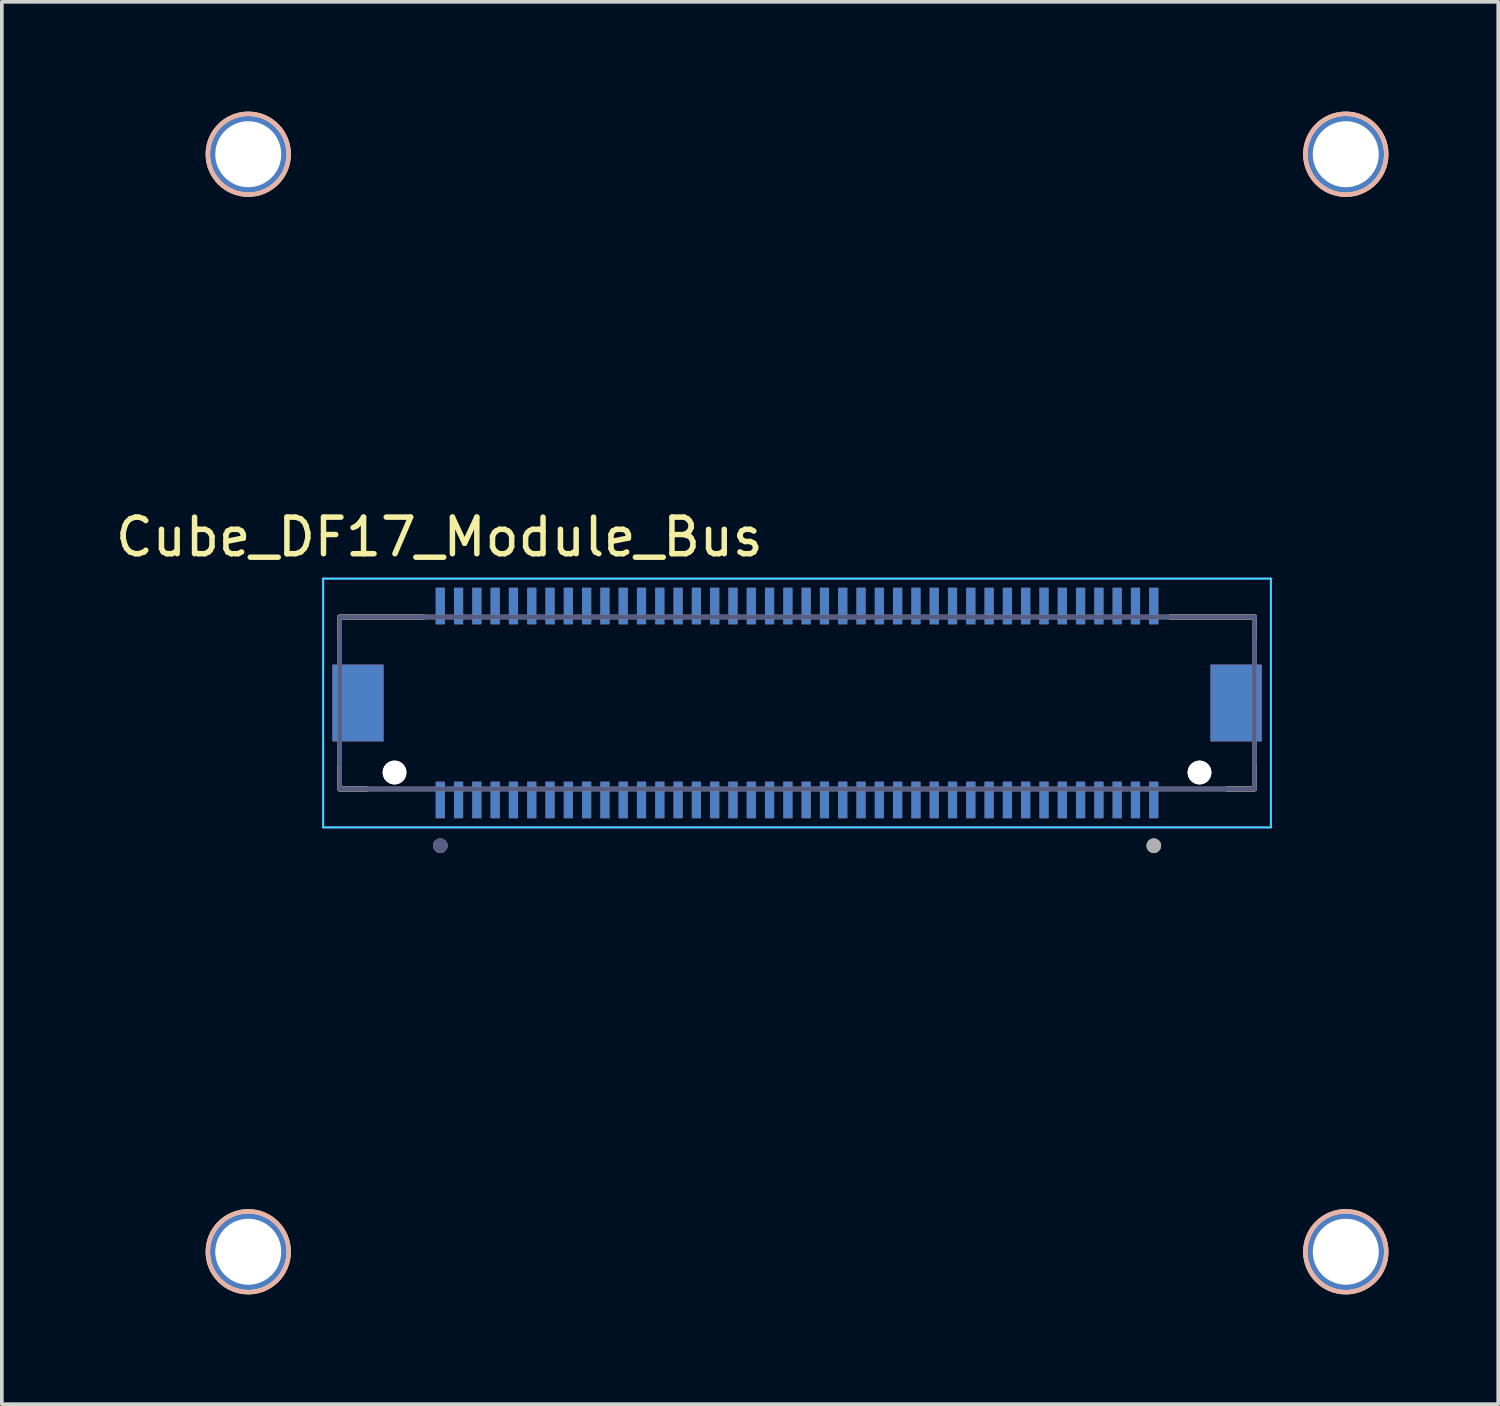
<source format=kicad_pcb>
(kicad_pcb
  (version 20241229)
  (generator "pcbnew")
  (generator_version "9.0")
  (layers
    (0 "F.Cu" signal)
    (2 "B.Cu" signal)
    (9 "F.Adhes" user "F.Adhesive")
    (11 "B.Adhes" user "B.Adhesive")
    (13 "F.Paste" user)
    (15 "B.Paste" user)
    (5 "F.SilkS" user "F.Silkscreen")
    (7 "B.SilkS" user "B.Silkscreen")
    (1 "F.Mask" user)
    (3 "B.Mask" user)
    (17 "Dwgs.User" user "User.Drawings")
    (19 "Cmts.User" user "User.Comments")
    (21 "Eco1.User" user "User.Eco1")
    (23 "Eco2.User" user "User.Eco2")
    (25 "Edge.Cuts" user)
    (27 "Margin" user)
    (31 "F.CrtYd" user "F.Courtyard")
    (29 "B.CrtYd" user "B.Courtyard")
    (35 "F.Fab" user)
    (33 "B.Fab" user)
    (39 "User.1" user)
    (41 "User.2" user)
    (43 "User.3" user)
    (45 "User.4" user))
  (footprint "Cube_DF17_Module_Bus"
    (layer "F.Cu")
    (at 18.733 16.163)
    (property "Reference" "Cube_DF17_Module_Bus" (at -9.775 -4.535 0) (layer "F.SilkS") (effects (font (size 1 1) (thickness 0.15))))
    (attr through_hole)
    (fp_line (start -12.5 -2.35) (end -12.5 -1.75) (stroke (width 0.127) (type solid)) (layer "F.SilkS"))
    (fp_line (start -12.5 2.35) (end -12.5 1.75) (stroke (width 0.127) (type solid)) (layer "F.SilkS"))
    (fp_line (start -12.5 2.35) (end -11.75 2.35) (stroke (width 0.127) (type solid)) (layer "F.SilkS"))
    (fp_line (start -10.195 -2.35) (end -12.5 -2.35) (stroke (width 0.127) (type solid)) (layer "F.SilkS"))
    (fp_line (start 11.75 2.35) (end 12.5 2.35) (stroke (width 0.127) (type solid)) (layer "F.SilkS"))
    (fp_line (start 12.5 -2.35) (end 10.195 -2.35) (stroke (width 0.127) (type solid)) (layer "F.SilkS"))
    (fp_line (start 12.5 -2.35) (end 12.5 -1.75) (stroke (width 0.127) (type solid)) (layer "F.SilkS"))
    (fp_line (start 12.5 2.35) (end 12.5 1.75) (stroke (width 0.127) (type solid)) (layer "F.SilkS"))
    (fp_circle (center -14.998 -14.998) (end -13.893 -14.998) (stroke (width 0.12) (type solid)) (fill no) (layer "F.SilkS"))
    (fp_circle (center -14.998 14.998) (end -13.893 14.998) (stroke (width 0.12) (type solid)) (fill no) (layer "F.SilkS"))
    (fp_circle (center 9.75 3.9) (end 9.85 3.9) (stroke (width 0.2) (type solid)) (fill no) (layer "F.SilkS"))
    (fp_circle (center 14.998 -14.998) (end 16.104 -14.998) (stroke (width 0.12) (type solid)) (fill no) (layer "F.SilkS"))
    (fp_circle (center 14.998 14.998) (end 16.104 14.998) (stroke (width 0.12) (type solid)) (fill no) (layer "F.SilkS"))
    (fp_line (start -12.5 -2.35) (end -12.5 -1.75) (stroke (width 0.127) (type solid)) (layer "B.SilkS"))
    (fp_line (start -12.5 -2.35) (end -10.195 -2.35) (stroke (width 0.127) (type solid)) (layer "B.SilkS"))
    (fp_line (start -12.5 2.35) (end -12.5 1.75) (stroke (width 0.127) (type solid)) (layer "B.SilkS"))
    (fp_line (start -11.75 2.35) (end -12.5 2.35) (stroke (width 0.127) (type solid)) (layer "B.SilkS"))
    (fp_line (start 10.195 -2.35) (end 12.5 -2.35) (stroke (width 0.127) (type solid)) (layer "B.SilkS"))
    (fp_line (start 12.5 -2.35) (end 12.5 -1.75) (stroke (width 0.127) (type solid)) (layer "B.SilkS"))
    (fp_line (start 12.5 2.35) (end 11.75 2.35) (stroke (width 0.127) (type solid)) (layer "B.SilkS"))
    (fp_line (start 12.5 2.35) (end 12.5 1.75) (stroke (width 0.127) (type solid)) (layer "B.SilkS"))
    (fp_circle (center -14.998 -14.998) (end -13.893 -14.998) (stroke (width 0.12) (type solid)) (fill no) (layer "B.SilkS"))
    (fp_circle (center -14.998 14.998) (end -13.893 14.998) (stroke (width 0.12) (type solid)) (fill no) (layer "B.SilkS"))
    (fp_circle (center -9.75 3.9) (end -9.85 3.9) (stroke (width 0.2) (type solid)) (fill no) (layer "B.SilkS"))
    (fp_circle (center 14.998 -14.998) (end 16.104 -14.998) (stroke (width 0.12) (type solid)) (fill no) (layer "B.SilkS"))
    (fp_circle (center 14.998 14.998) (end 16.104 14.998) (stroke (width 0.12) (type solid)) (fill no) (layer "B.SilkS"))
    (fp_line (start -12.95 -3.4) (end 12.95 -3.4) (stroke (width 0.05) (type solid)) (layer "B.CrtYd"))
    (fp_line (start -12.95 3.4) (end -12.95 -3.4) (stroke (width 0.05) (type solid)) (layer "B.CrtYd"))
    (fp_line (start 12.95 -3.4) (end 12.95 3.4) (stroke (width 0.05) (type solid)) (layer "B.CrtYd"))
    (fp_line (start 12.95 3.4) (end -12.95 3.4) (stroke (width 0.05) (type solid)) (layer "B.CrtYd"))
    (fp_line (start -12.95 -3.4) (end -12.95 3.4) (stroke (width 0.05) (type solid)) (layer "F.CrtYd"))
    (fp_line (start -12.95 3.4) (end 12.95 3.4) (stroke (width 0.05) (type solid)) (layer "F.CrtYd"))
    (fp_line (start 12.95 -3.4) (end -12.95 -3.4) (stroke (width 0.05) (type solid)) (layer "F.CrtYd"))
    (fp_line (start 12.95 3.4) (end 12.95 -3.4) (stroke (width 0.05) (type solid)) (layer "F.CrtYd"))
    (fp_line (start -12.5 -2.35) (end 12.5 -2.35) (stroke (width 0.127) (type solid)) (layer "B.Fab"))
    (fp_line (start -12.5 2.35) (end -12.5 -2.35) (stroke (width 0.127) (type solid)) (layer "B.Fab"))
    (fp_line (start 12.5 -2.35) (end 12.5 2.35) (stroke (width 0.127) (type solid)) (layer "B.Fab"))
    (fp_line (start 12.5 2.35) (end -12.5 2.35) (stroke (width 0.127) (type solid)) (layer "B.Fab"))
    (fp_circle (center -9.75 3.9) (end -9.85 3.9) (stroke (width 0.2) (type solid)) (fill no) (layer "B.Fab"))
    (fp_line (start -12.5 -2.35) (end -12.5 2.35) (stroke (width 0.127) (type solid)) (layer "F.Fab"))
    (fp_line (start -12.5 2.35) (end 12.5 2.35) (stroke (width 0.127) (type solid)) (layer "F.Fab"))
    (fp_line (start 12.5 -2.35) (end -12.5 -2.35) (stroke (width 0.127) (type solid)) (layer "F.Fab"))
    (fp_line (start 12.5 2.35) (end 12.5 -2.35) (stroke (width 0.127) (type solid)) (layer "F.Fab"))
    (fp_circle (center 9.75 3.9) (end 9.85 3.9) (stroke (width 0.2) (type solid)) (fill no) (layer "F.Fab"))
    (pad "" np_thru_hole circle (at -11 1.9) (size 0.65 0.65) (drill 0.65) (layers "*.Cu" "*.Mask"))
    (pad "" np_thru_hole circle (at -11 1.9) (size 0.65 0.65) (drill 0.65) (layers "*.Cu" "*.Mask"))
    (pad "" np_thru_hole circle (at 11 1.9) (size 0.65 0.65) (drill 0.65) (layers "*.Cu" "*.Mask"))
    (pad "" np_thru_hole circle (at 11 1.9) (size 0.65 0.65) (drill 0.65) (layers "*.Cu" "*.Mask"))
    (pad "1" smd rect (at -9.75 2.65) (size 0.25 1) (layers "B.Cu" "B.Mask" "B.Paste"))
    (pad "1" smd rect (at 9.75 2.65) (size 0.25 1) (layers "F.Cu" "F.Mask" "F.Paste"))
    (pad "2" smd rect (at -9.75 -2.65) (size 0.25 1) (layers "B.Cu" "B.Mask" "B.Paste"))
    (pad "2" smd rect (at 9.75 -2.65) (size 0.25 1) (layers "F.Cu" "F.Mask" "F.Paste"))
    (pad "3" smd rect (at -9.25 2.65) (size 0.25 1) (layers "B.Cu" "B.Mask" "B.Paste"))
    (pad "3" smd rect (at 9.25 2.65) (size 0.25 1) (layers "F.Cu" "F.Mask" "F.Paste"))
    (pad "4" smd rect (at -9.25 -2.65) (size 0.25 1) (layers "B.Cu" "B.Mask" "B.Paste"))
    (pad "4" smd rect (at 9.25 -2.65) (size 0.25 1) (layers "F.Cu" "F.Mask" "F.Paste"))
    (pad "5" smd rect (at -8.75 2.65) (size 0.25 1) (layers "B.Cu" "B.Mask" "B.Paste"))
    (pad "5" smd rect (at 8.75 2.65) (size 0.25 1) (layers "F.Cu" "F.Mask" "F.Paste"))
    (pad "6" smd rect (at -8.75 -2.65) (size 0.25 1) (layers "B.Cu" "B.Mask" "B.Paste"))
    (pad "6" smd rect (at 8.75 -2.65) (size 0.25 1) (layers "F.Cu" "F.Mask" "F.Paste"))
    (pad "7" smd rect (at -8.25 2.65) (size 0.25 1) (layers "B.Cu" "B.Mask" "B.Paste"))
    (pad "7" smd rect (at 8.25 2.65) (size 0.25 1) (layers "F.Cu" "F.Mask" "F.Paste"))
    (pad "8" smd rect (at -8.25 -2.65) (size 0.25 1) (layers "B.Cu" "B.Mask" "B.Paste"))
    (pad "8" smd rect (at 8.25 -2.65) (size 0.25 1) (layers "F.Cu" "F.Mask" "F.Paste"))
    (pad "9" smd rect (at -7.75 2.65) (size 0.25 1) (layers "B.Cu" "B.Mask" "B.Paste"))
    (pad "9" smd rect (at 7.75 2.65) (size 0.25 1) (layers "F.Cu" "F.Mask" "F.Paste"))
    (pad "10" smd rect (at -7.75 -2.65) (size 0.25 1) (layers "B.Cu" "B.Mask" "B.Paste"))
    (pad "10" smd rect (at 7.75 -2.65) (size 0.25 1) (layers "F.Cu" "F.Mask" "F.Paste"))
    (pad "11" smd rect (at -7.25 2.65) (size 0.25 1) (layers "B.Cu" "B.Mask" "B.Paste"))
    (pad "11" smd rect (at 7.25 2.65) (size 0.25 1) (layers "F.Cu" "F.Mask" "F.Paste"))
    (pad "12" smd rect (at -7.25 -2.65) (size 0.25 1) (layers "B.Cu" "B.Mask" "B.Paste"))
    (pad "12" smd rect (at 7.25 -2.65) (size 0.25 1) (layers "F.Cu" "F.Mask" "F.Paste"))
    (pad "13" smd rect (at -6.75 2.65) (size 0.25 1) (layers "B.Cu" "B.Mask" "B.Paste"))
    (pad "13" smd rect (at 6.75 2.65) (size 0.25 1) (layers "F.Cu" "F.Mask" "F.Paste"))
    (pad "14" smd rect (at -6.75 -2.65) (size 0.25 1) (layers "B.Cu" "B.Mask" "B.Paste"))
    (pad "14" smd rect (at 6.75 -2.65) (size 0.25 1) (layers "F.Cu" "F.Mask" "F.Paste"))
    (pad "15" smd rect (at -6.25 2.65) (size 0.25 1) (layers "B.Cu" "B.Mask" "B.Paste"))
    (pad "15" smd rect (at 6.25 2.65) (size 0.25 1) (layers "F.Cu" "F.Mask" "F.Paste"))
    (pad "16" smd rect (at -6.25 -2.65) (size 0.25 1) (layers "B.Cu" "B.Mask" "B.Paste"))
    (pad "16" smd rect (at 6.25 -2.65) (size 0.25 1) (layers "F.Cu" "F.Mask" "F.Paste"))
    (pad "17" smd rect (at -5.75 2.65) (size 0.25 1) (layers "B.Cu" "B.Mask" "B.Paste"))
    (pad "17" smd rect (at 5.75 2.65) (size 0.25 1) (layers "F.Cu" "F.Mask" "F.Paste"))
    (pad "18" smd rect (at -5.75 -2.65) (size 0.25 1) (layers "B.Cu" "B.Mask" "B.Paste"))
    (pad "18" smd rect (at 5.75 -2.65) (size 0.25 1) (layers "F.Cu" "F.Mask" "F.Paste"))
    (pad "19" smd rect (at -5.25 2.65) (size 0.25 1) (layers "B.Cu" "B.Mask" "B.Paste"))
    (pad "19" smd rect (at 5.25 2.65) (size 0.25 1) (layers "F.Cu" "F.Mask" "F.Paste"))
    (pad "20" smd rect (at -5.25 -2.65) (size 0.25 1) (layers "B.Cu" "B.Mask" "B.Paste"))
    (pad "20" smd rect (at 5.25 -2.65) (size 0.25 1) (layers "F.Cu" "F.Mask" "F.Paste"))
    (pad "21" smd rect (at -4.75 2.65) (size 0.25 1) (layers "B.Cu" "B.Mask" "B.Paste"))
    (pad "21" smd rect (at 4.75 2.65) (size 0.25 1) (layers "F.Cu" "F.Mask" "F.Paste"))
    (pad "22" smd rect (at -4.75 -2.65) (size 0.25 1) (layers "B.Cu" "B.Mask" "B.Paste"))
    (pad "22" smd rect (at 4.75 -2.65) (size 0.25 1) (layers "F.Cu" "F.Mask" "F.Paste"))
    (pad "23" smd rect (at -4.25 2.65) (size 0.25 1) (layers "B.Cu" "B.Mask" "B.Paste"))
    (pad "23" smd rect (at 4.25 2.65) (size 0.25 1) (layers "F.Cu" "F.Mask" "F.Paste"))
    (pad "24" smd rect (at -4.25 -2.65) (size 0.25 1) (layers "B.Cu" "B.Mask" "B.Paste"))
    (pad "24" smd rect (at 4.25 -2.65) (size 0.25 1) (layers "F.Cu" "F.Mask" "F.Paste"))
    (pad "25" smd rect (at -3.75 2.65) (size 0.25 1) (layers "B.Cu" "B.Mask" "B.Paste"))
    (pad "25" smd rect (at 3.75 2.65) (size 0.25 1) (layers "F.Cu" "F.Mask" "F.Paste"))
    (pad "26" smd rect (at -3.75 -2.65) (size 0.25 1) (layers "B.Cu" "B.Mask" "B.Paste"))
    (pad "26" smd rect (at 3.75 -2.65) (size 0.25 1) (layers "F.Cu" "F.Mask" "F.Paste"))
    (pad "27" smd rect (at -3.25 2.65) (size 0.25 1) (layers "B.Cu" "B.Mask" "B.Paste"))
    (pad "27" smd rect (at 3.25 2.65) (size 0.25 1) (layers "F.Cu" "F.Mask" "F.Paste"))
    (pad "28" smd rect (at -3.25 -2.65) (size 0.25 1) (layers "B.Cu" "B.Mask" "B.Paste"))
    (pad "28" smd rect (at 3.25 -2.65) (size 0.25 1) (layers "F.Cu" "F.Mask" "F.Paste"))
    (pad "29" smd rect (at -2.75 2.65) (size 0.25 1) (layers "B.Cu" "B.Mask" "B.Paste"))
    (pad "29" smd rect (at 2.75 2.65) (size 0.25 1) (layers "F.Cu" "F.Mask" "F.Paste"))
    (pad "30" smd rect (at -2.75 -2.65) (size 0.25 1) (layers "B.Cu" "B.Mask" "B.Paste"))
    (pad "30" smd rect (at 2.75 -2.65) (size 0.25 1) (layers "F.Cu" "F.Mask" "F.Paste"))
    (pad "31" smd rect (at -2.25 2.65) (size 0.25 1) (layers "B.Cu" "B.Mask" "B.Paste"))
    (pad "31" smd rect (at 2.25 2.65) (size 0.25 1) (layers "F.Cu" "F.Mask" "F.Paste"))
    (pad "32" smd rect (at -2.25 -2.65) (size 0.25 1) (layers "B.Cu" "B.Mask" "B.Paste"))
    (pad "32" smd rect (at 2.25 -2.65) (size 0.25 1) (layers "F.Cu" "F.Mask" "F.Paste"))
    (pad "33" smd rect (at -1.75 2.65) (size 0.25 1) (layers "B.Cu" "B.Mask" "B.Paste"))
    (pad "33" smd rect (at 1.75 2.65) (size 0.25 1) (layers "F.Cu" "F.Mask" "F.Paste"))
    (pad "34" smd rect (at -1.75 -2.65) (size 0.25 1) (layers "B.Cu" "B.Mask" "B.Paste"))
    (pad "34" smd rect (at 1.75 -2.65) (size 0.25 1) (layers "F.Cu" "F.Mask" "F.Paste"))
    (pad "35" smd rect (at -1.25 2.65) (size 0.25 1) (layers "B.Cu" "B.Mask" "B.Paste"))
    (pad "35" smd rect (at 1.25 2.65) (size 0.25 1) (layers "F.Cu" "F.Mask" "F.Paste"))
    (pad "36" smd rect (at -1.25 -2.65) (size 0.25 1) (layers "B.Cu" "B.Mask" "B.Paste"))
    (pad "36" smd rect (at 1.25 -2.65) (size 0.25 1) (layers "F.Cu" "F.Mask" "F.Paste"))
    (pad "37" smd rect (at -0.75 2.65) (size 0.25 1) (layers "B.Cu" "B.Mask" "B.Paste"))
    (pad "37" smd rect (at 0.75 2.65) (size 0.25 1) (layers "F.Cu" "F.Mask" "F.Paste"))
    (pad "38" smd rect (at -0.75 -2.65) (size 0.25 1) (layers "B.Cu" "B.Mask" "B.Paste"))
    (pad "38" smd rect (at 0.75 -2.65) (size 0.25 1) (layers "F.Cu" "F.Mask" "F.Paste"))
    (pad "39" smd rect (at -0.25 2.65) (size 0.25 1) (layers "B.Cu" "B.Mask" "B.Paste"))
    (pad "39" smd rect (at 0.25 2.65) (size 0.25 1) (layers "F.Cu" "F.Mask" "F.Paste"))
    (pad "40" smd rect (at -0.25 -2.65) (size 0.25 1) (layers "B.Cu" "B.Mask" "B.Paste"))
    (pad "40" smd rect (at 0.25 -2.65) (size 0.25 1) (layers "F.Cu" "F.Mask" "F.Paste"))
    (pad "41" smd rect (at -0.25 2.65) (size 0.25 1) (layers "F.Cu" "F.Mask" "F.Paste"))
    (pad "41" smd rect (at 0.25 2.65) (size 0.25 1) (layers "B.Cu" "B.Mask" "B.Paste"))
    (pad "42" smd rect (at -0.25 -2.65) (size 0.25 1) (layers "F.Cu" "F.Mask" "F.Paste"))
    (pad "42" smd rect (at 0.25 -2.65) (size 0.25 1) (layers "B.Cu" "B.Mask" "B.Paste"))
    (pad "43" smd rect (at -0.75 2.65) (size 0.25 1) (layers "F.Cu" "F.Mask" "F.Paste"))
    (pad "43" smd rect (at 0.75 2.65) (size 0.25 1) (layers "B.Cu" "B.Mask" "B.Paste"))
    (pad "44" smd rect (at -0.75 -2.65) (size 0.25 1) (layers "F.Cu" "F.Mask" "F.Paste"))
    (pad "44" smd rect (at 0.75 -2.65) (size 0.25 1) (layers "B.Cu" "B.Mask" "B.Paste"))
    (pad "45" smd rect (at -1.25 2.65) (size 0.25 1) (layers "F.Cu" "F.Mask" "F.Paste"))
    (pad "45" smd rect (at 1.25 2.65) (size 0.25 1) (layers "B.Cu" "B.Mask" "B.Paste"))
    (pad "46" smd rect (at -1.25 -2.65) (size 0.25 1) (layers "F.Cu" "F.Mask" "F.Paste"))
    (pad "46" smd rect (at 1.25 -2.65) (size 0.25 1) (layers "B.Cu" "B.Mask" "B.Paste"))
    (pad "47" smd rect (at -1.75 2.65) (size 0.25 1) (layers "F.Cu" "F.Mask" "F.Paste"))
    (pad "47" smd rect (at 1.75 2.65) (size 0.25 1) (layers "B.Cu" "B.Mask" "B.Paste"))
    (pad "48" smd rect (at -1.75 -2.65) (size 0.25 1) (layers "F.Cu" "F.Mask" "F.Paste"))
    (pad "48" smd rect (at 1.75 -2.65) (size 0.25 1) (layers "B.Cu" "B.Mask" "B.Paste"))
    (pad "49" smd rect (at -2.25 2.65) (size 0.25 1) (layers "F.Cu" "F.Mask" "F.Paste"))
    (pad "49" smd rect (at 2.25 2.65) (size 0.25 1) (layers "B.Cu" "B.Mask" "B.Paste"))
    (pad "50" smd rect (at -2.25 -2.65) (size 0.25 1) (layers "F.Cu" "F.Mask" "F.Paste"))
    (pad "50" smd rect (at 2.25 -2.65) (size 0.25 1) (layers "B.Cu" "B.Mask" "B.Paste"))
    (pad "51" smd rect (at -2.75 2.65) (size 0.25 1) (layers "F.Cu" "F.Mask" "F.Paste"))
    (pad "51" smd rect (at 2.75 2.65) (size 0.25 1) (layers "B.Cu" "B.Mask" "B.Paste"))
    (pad "52" smd rect (at -2.75 -2.65) (size 0.25 1) (layers "F.Cu" "F.Mask" "F.Paste"))
    (pad "52" smd rect (at 2.75 -2.65) (size 0.25 1) (layers "B.Cu" "B.Mask" "B.Paste"))
    (pad "53" smd rect (at -3.25 2.65) (size 0.25 1) (layers "F.Cu" "F.Mask" "F.Paste"))
    (pad "53" smd rect (at 3.25 2.65) (size 0.25 1) (layers "B.Cu" "B.Mask" "B.Paste"))
    (pad "54" smd rect (at -3.25 -2.65) (size 0.25 1) (layers "F.Cu" "F.Mask" "F.Paste"))
    (pad "54" smd rect (at 3.25 -2.65) (size 0.25 1) (layers "B.Cu" "B.Mask" "B.Paste"))
    (pad "55" smd rect (at -3.75 2.65) (size 0.25 1) (layers "F.Cu" "F.Mask" "F.Paste"))
    (pad "55" smd rect (at 3.75 2.65) (size 0.25 1) (layers "B.Cu" "B.Mask" "B.Paste"))
    (pad "56" smd rect (at -3.75 -2.65) (size 0.25 1) (layers "F.Cu" "F.Mask" "F.Paste"))
    (pad "56" smd rect (at 3.75 -2.65) (size 0.25 1) (layers "B.Cu" "B.Mask" "B.Paste"))
    (pad "57" smd rect (at -4.25 2.65) (size 0.25 1) (layers "F.Cu" "F.Mask" "F.Paste"))
    (pad "57" smd rect (at 4.25 2.65) (size 0.25 1) (layers "B.Cu" "B.Mask" "B.Paste"))
    (pad "58" smd rect (at -4.25 -2.65) (size 0.25 1) (layers "F.Cu" "F.Mask" "F.Paste"))
    (pad "58" smd rect (at 4.25 -2.65) (size 0.25 1) (layers "B.Cu" "B.Mask" "B.Paste"))
    (pad "59" smd rect (at -4.75 2.65) (size 0.25 1) (layers "F.Cu" "F.Mask" "F.Paste"))
    (pad "59" smd rect (at 4.75 2.65) (size 0.25 1) (layers "B.Cu" "B.Mask" "B.Paste"))
    (pad "60" smd rect (at -4.75 -2.65) (size 0.25 1) (layers "F.Cu" "F.Mask" "F.Paste"))
    (pad "60" smd rect (at 4.75 -2.65) (size 0.25 1) (layers "B.Cu" "B.Mask" "B.Paste"))
    (pad "61" smd rect (at -5.25 2.65) (size 0.25 1) (layers "F.Cu" "F.Mask" "F.Paste"))
    (pad "61" smd rect (at 5.25 2.65) (size 0.25 1) (layers "B.Cu" "B.Mask" "B.Paste"))
    (pad "62" smd rect (at -5.25 -2.65) (size 0.25 1) (layers "F.Cu" "F.Mask" "F.Paste"))
    (pad "62" smd rect (at 5.25 -2.65) (size 0.25 1) (layers "B.Cu" "B.Mask" "B.Paste"))
    (pad "63" smd rect (at -5.75 2.65) (size 0.25 1) (layers "F.Cu" "F.Mask" "F.Paste"))
    (pad "63" smd rect (at 5.75 2.65) (size 0.25 1) (layers "B.Cu" "B.Mask" "B.Paste"))
    (pad "64" smd rect (at -5.75 -2.65) (size 0.25 1) (layers "F.Cu" "F.Mask" "F.Paste"))
    (pad "64" smd rect (at 5.75 -2.65) (size 0.25 1) (layers "B.Cu" "B.Mask" "B.Paste"))
    (pad "65" smd rect (at -6.25 2.65) (size 0.25 1) (layers "F.Cu" "F.Mask" "F.Paste"))
    (pad "65" smd rect (at 6.25 2.65) (size 0.25 1) (layers "B.Cu" "B.Mask" "B.Paste"))
    (pad "66" smd rect (at -6.25 -2.65) (size 0.25 1) (layers "F.Cu" "F.Mask" "F.Paste"))
    (pad "66" smd rect (at 6.25 -2.65) (size 0.25 1) (layers "B.Cu" "B.Mask" "B.Paste"))
    (pad "67" smd rect (at -6.75 2.65) (size 0.25 1) (layers "F.Cu" "F.Mask" "F.Paste"))
    (pad "67" smd rect (at 6.75 2.65) (size 0.25 1) (layers "B.Cu" "B.Mask" "B.Paste"))
    (pad "68" smd rect (at -6.75 -2.65) (size 0.25 1) (layers "F.Cu" "F.Mask" "F.Paste"))
    (pad "68" smd rect (at 6.75 -2.65) (size 0.25 1) (layers "B.Cu" "B.Mask" "B.Paste"))
    (pad "69" smd rect (at -7.25 2.65) (size 0.25 1) (layers "F.Cu" "F.Mask" "F.Paste"))
    (pad "69" smd rect (at 7.25 2.65) (size 0.25 1) (layers "B.Cu" "B.Mask" "B.Paste"))
    (pad "70" smd rect (at -7.25 -2.65) (size 0.25 1) (layers "F.Cu" "F.Mask" "F.Paste"))
    (pad "70" smd rect (at 7.25 -2.65) (size 0.25 1) (layers "B.Cu" "B.Mask" "B.Paste"))
    (pad "71" smd rect (at -7.75 2.65) (size 0.25 1) (layers "F.Cu" "F.Mask" "F.Paste"))
    (pad "71" smd rect (at 7.75 2.65) (size 0.25 1) (layers "B.Cu" "B.Mask" "B.Paste"))
    (pad "72" smd rect (at -7.75 -2.65) (size 0.25 1) (layers "F.Cu" "F.Mask" "F.Paste"))
    (pad "72" smd rect (at 7.75 -2.65) (size 0.25 1) (layers "B.Cu" "B.Mask" "B.Paste"))
    (pad "73" smd rect (at -8.25 2.65) (size 0.25 1) (layers "F.Cu" "F.Mask" "F.Paste"))
    (pad "73" smd rect (at 8.25 2.65) (size 0.25 1) (layers "B.Cu" "B.Mask" "B.Paste"))
    (pad "74" smd rect (at -8.25 -2.65) (size 0.25 1) (layers "F.Cu" "F.Mask" "F.Paste"))
    (pad "74" smd rect (at 8.25 -2.65) (size 0.25 1) (layers "B.Cu" "B.Mask" "B.Paste"))
    (pad "75" smd rect (at -8.75 2.65) (size 0.25 1) (layers "F.Cu" "F.Mask" "F.Paste"))
    (pad "75" smd rect (at 8.75 2.65) (size 0.25 1) (layers "B.Cu" "B.Mask" "B.Paste"))
    (pad "76" smd rect (at -8.75 -2.65) (size 0.25 1) (layers "F.Cu" "F.Mask" "F.Paste"))
    (pad "76" smd rect (at 8.75 -2.65) (size 0.25 1) (layers "B.Cu" "B.Mask" "B.Paste"))
    (pad "77" smd rect (at -9.25 2.65) (size 0.25 1) (layers "F.Cu" "F.Mask" "F.Paste"))
    (pad "77" smd rect (at 9.25 2.65) (size 0.25 1) (layers "B.Cu" "B.Mask" "B.Paste"))
    (pad "78" smd rect (at -9.25 -2.65) (size 0.25 1) (layers "F.Cu" "F.Mask" "F.Paste"))
    (pad "78" smd rect (at 9.25 -2.65) (size 0.25 1) (layers "B.Cu" "B.Mask" "B.Paste"))
    (pad "79" smd rect (at -9.75 2.65) (size 0.25 1) (layers "F.Cu" "F.Mask" "F.Paste"))
    (pad "79" smd rect (at 9.75 2.65) (size 0.25 1) (layers "B.Cu" "B.Mask" "B.Paste"))
    (pad "80" smd rect (at -9.75 -2.65) (size 0.25 1) (layers "F.Cu" "F.Mask" "F.Paste"))
    (pad "80" smd rect (at 9.75 -2.65) (size 0.25 1) (layers "B.Cu" "B.Mask" "B.Paste"))
    (pad "81" thru_hole circle (at -14.998 -14.998) (size 2.21 2.21) (drill 1.803) (layers "*.Cu" "*.Mask"))
    (pad "81" thru_hole circle (at -14.998 14.998) (size 2.21 2.21) (drill 1.803) (layers "*.Cu" "*.Mask"))
    (pad "81" thru_hole circle (at 14.998 -14.998) (size 2.21 2.21) (drill 1.803) (layers "*.Cu" "*.Mask"))
    (pad "81" thru_hole circle (at 14.998 14.998) (size 2.21 2.21) (drill 1.803) (layers "*.Cu" "*.Mask"))
    (pad "S1" smd rect (at -12 0) (size 1.4 2.1) (layers "B.Cu" "B.Mask" "B.Paste"))
    (pad "S1" smd rect (at 12 0) (size 1.4 2.1) (layers "F.Cu" "F.Mask" "F.Paste"))
    (pad "S2" smd rect (at -12 0) (size 1.4 2.1) (layers "F.Cu" "F.Mask" "F.Paste"))
    (pad "S2" smd rect (at 12 0) (size 1.4 2.1) (layers "B.Cu" "B.Mask" "B.Paste"))
    (zone (net_name "") (layer "F.Cu") (hatch full 0.508) (connect_pads) (min_thickness 0.01) (filled_areas_thickness no) (keepout (tracks not_allowed) (vias not_allowed) (pads not_allowed) (copperpour not_allowed) (footprints allowed)) (placement (enabled no)) (fill) (polygon (pts (xy 7.433 14.014) (xy 30.033 14.014) (xy 30.033 18.314) (xy 7.433 18.314))))
    (zone (net_name "") (layers "F.Cu" "B.Cu") (hatch full 0.508) (connect_pads) (min_thickness 0.01) (filled_areas_thickness no) (keepout (tracks allowed) (vias not_allowed) (pads allowed) (copperpour allowed) (footprints allowed)) (placement (enabled no)) (fill) (polygon (pts (xy 7.433 14.014) (xy 30.033 14.014) (xy 30.033 18.314) (xy 7.433 18.314))))
    (zone (net_name "") (layers "F.Cu" "B.Cu") (hatch full 0.508) (connect_pads) (min_thickness 0.01) (filled_areas_thickness no) (keepout (tracks allowed) (vias not_allowed) (pads allowed) (copperpour allowed) (footprints allowed)) (placement (enabled no)) (fill) (polygon (pts (xy 30.033 14.014) (xy 7.433 14.014) (xy 7.433 18.314) (xy 30.033 18.314))))
    (zone (net_name "") (layer "B.Cu") (hatch full 0.508) (connect_pads) (min_thickness 0.01) (filled_areas_thickness no) (keepout (tracks not_allowed) (vias not_allowed) (pads not_allowed) (copperpour not_allowed) (footprints allowed)) (placement (enabled no)) (fill) (polygon (pts (xy 30.033 14.014) (xy 7.433 14.014) (xy 7.433 18.314) (xy 30.033 18.314)))))
  (gr_rect
    (start -3 -3)
    (end 37.897 35.327)
    (stroke (width 0.1) (type default))
    (fill no)
    (layer "Edge.Cuts")))
</source>
